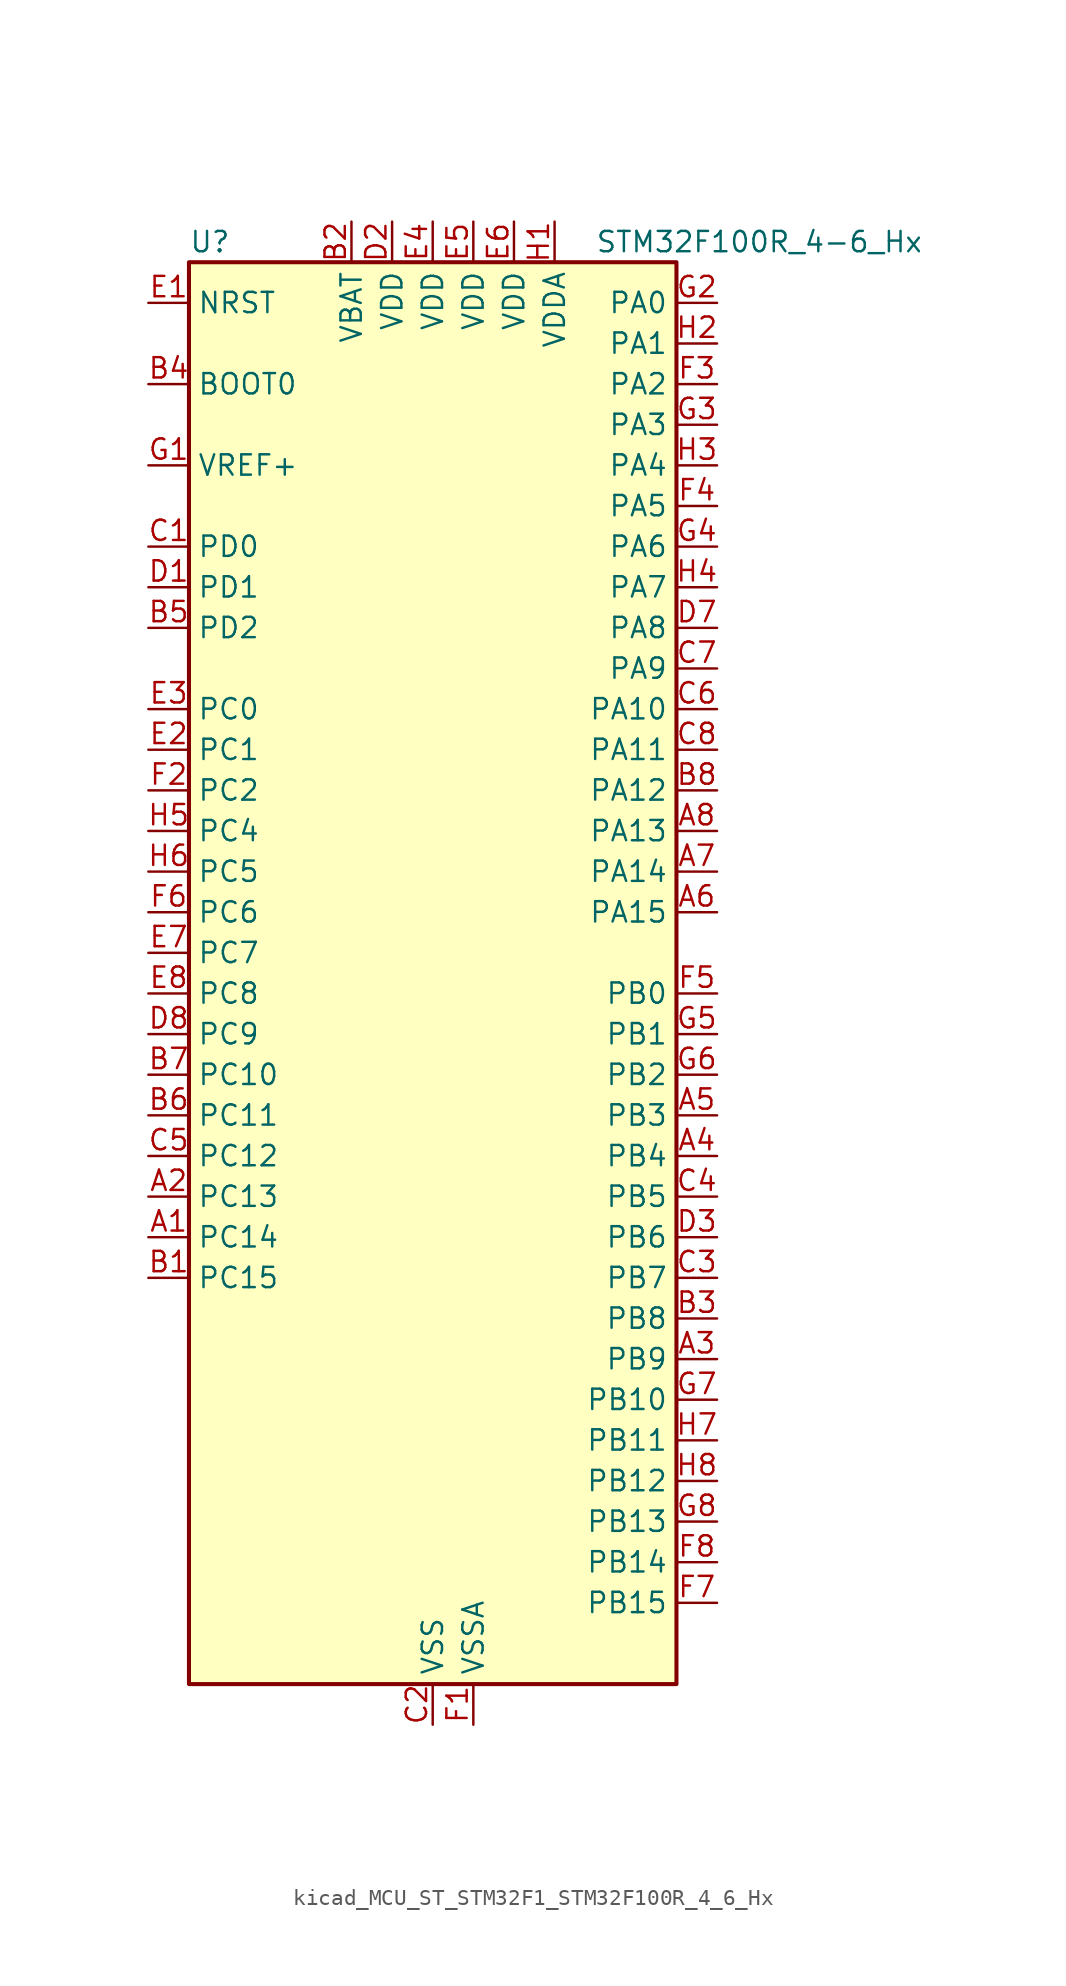
<source format=kicad_sym>
(kicad_symbol_lib
  (version 20220914)
  (generator kicad_symbol_editor)
  (symbol "kicad_MCU_ST_STM32F1_STM32F100R_4_6_Hx"
    (property "Reference" "U"
      (at -15.24 46.99 0)
      (effects (font (size 1.27 1.27)) (justify left)))
    (property "Value" "STM32F100R_4-6_Hx"
      (at 10.16 46.99 0)
      (effects (font (size 1.27 1.27)) (justify left)))
    (property "ki_locked" ""
      (at 0 0 0)
      (effects (font (size 1.27 1.27))))
    (symbol "kicad_MCU_ST_STM32F1_STM32F100R_4_6_Hx_0_1"
      (rectangle (start -15.24 -43.18) (end 15.24 45.72) (stroke (width 0.254) (type default)) (fill (type background))))
    (symbol "kicad_MCU_ST_STM32F1_STM32F100R_4_6_Hx_1_1"
      (pin bidirectional line (at -17.78 -15.24 0) (length 2.54) (name "PC14" (effects (font (size 1.27 1.27)))) (number "A1" (effects (font (size 1.27 1.27)))) (alternate "RCC_OSC32_IN" bidirectional line))
      (pin bidirectional line (at -17.78 -12.7 0) (length 2.54) (name "PC13" (effects (font (size 1.27 1.27)))) (number "A2" (effects (font (size 1.27 1.27)))) (alternate "RTC_OUT" bidirectional line) (alternate "RTC_TAMPER" bidirectional line))
      (pin bidirectional line (at 17.78 -22.86 180) (length 2.54) (name "PB9" (effects (font (size 1.27 1.27)))) (number "A3" (effects (font (size 1.27 1.27)))) (alternate "DAC_EXTI9" bidirectional line) (alternate "I2C1_SDA" bidirectional line) (alternate "TIM17_CH1" bidirectional line))
      (pin bidirectional line (at 17.78 -10.16 180) (length 2.54) (name "PB4" (effects (font (size 1.27 1.27)))) (number "A4" (effects (font (size 1.27 1.27)))) (alternate "SPI1_MISO" bidirectional line) (alternate "SYS_NJTRST" bidirectional line) (alternate "TIM3_CH1" bidirectional line))
      (pin bidirectional line (at 17.78 -7.62 180) (length 2.54) (name "PB3" (effects (font (size 1.27 1.27)))) (number "A5" (effects (font (size 1.27 1.27)))) (alternate "SPI1_SCK" bidirectional line) (alternate "SYS_JTDO-TRACESWO" bidirectional line) (alternate "TIM2_CH2" bidirectional line))
      (pin bidirectional line (at 17.78 5.08 180) (length 2.54) (name "PA15" (effects (font (size 1.27 1.27)))) (number "A6" (effects (font (size 1.27 1.27)))) (alternate "ADC1_EXTI15" bidirectional line) (alternate "SPI1_NSS" bidirectional line) (alternate "SYS_JTDI" bidirectional line) (alternate "TIM2_CH1" bidirectional line) (alternate "TIM2_ETR" bidirectional line))
      (pin bidirectional line (at 17.78 7.62 180) (length 2.54) (name "PA14" (effects (font (size 1.27 1.27)))) (number "A7" (effects (font (size 1.27 1.27)))) (alternate "SYS_JTCK-SWCLK" bidirectional line))
      (pin bidirectional line (at 17.78 10.16 180) (length 2.54) (name "PA13" (effects (font (size 1.27 1.27)))) (number "A8" (effects (font (size 1.27 1.27)))) (alternate "SYS_JTMS-SWDIO" bidirectional line))
      (pin bidirectional line (at -17.78 -17.78 0) (length 2.54) (name "PC15" (effects (font (size 1.27 1.27)))) (number "B1" (effects (font (size 1.27 1.27)))) (alternate "ADC1_EXTI15" bidirectional line) (alternate "RCC_OSC32_OUT" bidirectional line))
      (pin power_in line (at -5.08 48.26 270) (length 2.54) (name "VBAT" (effects (font (size 1.27 1.27)))) (number "B2" (effects (font (size 1.27 1.27)))))
      (pin bidirectional line (at 17.78 -20.32 180) (length 2.54) (name "PB8" (effects (font (size 1.27 1.27)))) (number "B3" (effects (font (size 1.27 1.27)))) (alternate "CEC" bidirectional line) (alternate "I2C1_SCL" bidirectional line) (alternate "TIM16_CH1" bidirectional line))
      (pin input line (at -17.78 38.1 0) (length 2.54) (name "BOOT0" (effects (font (size 1.27 1.27)))) (number "B4" (effects (font (size 1.27 1.27)))))
      (pin bidirectional line (at -17.78 22.86 0) (length 2.54) (name "PD2" (effects (font (size 1.27 1.27)))) (number "B5" (effects (font (size 1.27 1.27)))) (alternate "TIM3_ETR" bidirectional line))
      (pin bidirectional line (at -17.78 -7.62 0) (length 2.54) (name "PC11" (effects (font (size 1.27 1.27)))) (number "B6" (effects (font (size 1.27 1.27)))) (alternate "ADC1_EXTI11" bidirectional line))
      (pin bidirectional line (at -17.78 -5.08 0) (length 2.54) (name "PC10" (effects (font (size 1.27 1.27)))) (number "B7" (effects (font (size 1.27 1.27)))))
      (pin bidirectional line (at 17.78 12.7 180) (length 2.54) (name "PA12" (effects (font (size 1.27 1.27)))) (number "B8" (effects (font (size 1.27 1.27)))) (alternate "TIM1_ETR" bidirectional line) (alternate "USART1_RTS" bidirectional line))
      (pin bidirectional line (at -17.78 27.94 0) (length 2.54) (name "PD0" (effects (font (size 1.27 1.27)))) (number "C1" (effects (font (size 1.27 1.27)))) (alternate "RCC_OSC_IN" bidirectional line))
      (pin power_in line (at 0 -45.72 90) (length 2.54) (name "VSS" (effects (font (size 1.27 1.27)))) (number "C2" (effects (font (size 1.27 1.27)))))
      (pin bidirectional line (at 17.78 -17.78 180) (length 2.54) (name "PB7" (effects (font (size 1.27 1.27)))) (number "C3" (effects (font (size 1.27 1.27)))) (alternate "I2C1_SDA" bidirectional line) (alternate "TIM17_CH1N" bidirectional line) (alternate "USART1_RX" bidirectional line))
      (pin bidirectional line (at 17.78 -12.7 180) (length 2.54) (name "PB5" (effects (font (size 1.27 1.27)))) (number "C4" (effects (font (size 1.27 1.27)))) (alternate "I2C1_SMBA" bidirectional line) (alternate "SPI1_MOSI" bidirectional line) (alternate "TIM16_BKIN" bidirectional line) (alternate "TIM3_CH2" bidirectional line))
      (pin bidirectional line (at -17.78 -10.16 0) (length 2.54) (name "PC12" (effects (font (size 1.27 1.27)))) (number "C5" (effects (font (size 1.27 1.27)))))
      (pin bidirectional line (at 17.78 17.78 180) (length 2.54) (name "PA10" (effects (font (size 1.27 1.27)))) (number "C6" (effects (font (size 1.27 1.27)))) (alternate "TIM17_BKIN" bidirectional line) (alternate "TIM1_CH3" bidirectional line) (alternate "USART1_RX" bidirectional line))
      (pin bidirectional line (at 17.78 20.32 180) (length 2.54) (name "PA9" (effects (font (size 1.27 1.27)))) (number "C7" (effects (font (size 1.27 1.27)))) (alternate "DAC_EXTI9" bidirectional line) (alternate "TIM15_BKIN" bidirectional line) (alternate "TIM1_CH2" bidirectional line) (alternate "USART1_TX" bidirectional line))
      (pin bidirectional line (at 17.78 15.24 180) (length 2.54) (name "PA11" (effects (font (size 1.27 1.27)))) (number "C8" (effects (font (size 1.27 1.27)))) (alternate "ADC1_EXTI11" bidirectional line) (alternate "TIM1_CH4" bidirectional line) (alternate "USART1_CTS" bidirectional line))
      (pin bidirectional line (at -17.78 25.4 0) (length 2.54) (name "PD1" (effects (font (size 1.27 1.27)))) (number "D1" (effects (font (size 1.27 1.27)))) (alternate "RCC_OSC_OUT" bidirectional line))
      (pin power_in line (at -2.54 48.26 270) (length 2.54) (name "VDD" (effects (font (size 1.27 1.27)))) (number "D2" (effects (font (size 1.27 1.27)))))
      (pin bidirectional line (at 17.78 -15.24 180) (length 2.54) (name "PB6" (effects (font (size 1.27 1.27)))) (number "D3" (effects (font (size 1.27 1.27)))) (alternate "I2C1_SCL" bidirectional line) (alternate "TIM16_CH1N" bidirectional line) (alternate "USART1_TX" bidirectional line))
      (pin passive line (at 0 -45.72 90) (length 2.54) hide (name "VSS" (effects (font (size 1.27 1.27)))) (number "D4" (effects (font (size 1.27 1.27)))))
      (pin passive line (at 0 -45.72 90) (length 2.54) hide (name "VSS" (effects (font (size 1.27 1.27)))) (number "D5" (effects (font (size 1.27 1.27)))))
      (pin passive line (at 0 -45.72 90) (length 2.54) hide (name "VSS" (effects (font (size 1.27 1.27)))) (number "D6" (effects (font (size 1.27 1.27)))))
      (pin bidirectional line (at 17.78 22.86 180) (length 2.54) (name "PA8" (effects (font (size 1.27 1.27)))) (number "D7" (effects (font (size 1.27 1.27)))) (alternate "RCC_MCO" bidirectional line) (alternate "TIM1_CH1" bidirectional line) (alternate "USART1_CK" bidirectional line))
      (pin bidirectional line (at -17.78 -2.54 0) (length 2.54) (name "PC9" (effects (font (size 1.27 1.27)))) (number "D8" (effects (font (size 1.27 1.27)))) (alternate "DAC_EXTI9" bidirectional line) (alternate "TIM3_CH4" bidirectional line))
      (pin input line (at -17.78 43.18 0) (length 2.54) (name "NRST" (effects (font (size 1.27 1.27)))) (number "E1" (effects (font (size 1.27 1.27)))))
      (pin bidirectional line (at -17.78 15.24 0) (length 2.54) (name "PC1" (effects (font (size 1.27 1.27)))) (number "E2" (effects (font (size 1.27 1.27)))) (alternate "ADC1_IN11" bidirectional line))
      (pin bidirectional line (at -17.78 17.78 0) (length 2.54) (name "PC0" (effects (font (size 1.27 1.27)))) (number "E3" (effects (font (size 1.27 1.27)))) (alternate "ADC1_IN10" bidirectional line))
      (pin power_in line (at 0 48.26 270) (length 2.54) (name "VDD" (effects (font (size 1.27 1.27)))) (number "E4" (effects (font (size 1.27 1.27)))))
      (pin power_in line (at 2.54 48.26 270) (length 2.54) (name "VDD" (effects (font (size 1.27 1.27)))) (number "E5" (effects (font (size 1.27 1.27)))))
      (pin power_in line (at 5.08 48.26 270) (length 2.54) (name "VDD" (effects (font (size 1.27 1.27)))) (number "E6" (effects (font (size 1.27 1.27)))))
      (pin bidirectional line (at -17.78 2.54 0) (length 2.54) (name "PC7" (effects (font (size 1.27 1.27)))) (number "E7" (effects (font (size 1.27 1.27)))) (alternate "TIM3_CH2" bidirectional line))
      (pin bidirectional line (at -17.78 0 0) (length 2.54) (name "PC8" (effects (font (size 1.27 1.27)))) (number "E8" (effects (font (size 1.27 1.27)))) (alternate "TIM3_CH3" bidirectional line))
      (pin power_in line (at 2.54 -45.72 90) (length 2.54) (name "VSSA" (effects (font (size 1.27 1.27)))) (number "F1" (effects (font (size 1.27 1.27)))))
      (pin bidirectional line (at -17.78 12.7 0) (length 2.54) (name "PC2" (effects (font (size 1.27 1.27)))) (number "F2" (effects (font (size 1.27 1.27)))) (alternate "ADC1_IN12" bidirectional line))
      (pin bidirectional line (at 17.78 38.1 180) (length 2.54) (name "PA2" (effects (font (size 1.27 1.27)))) (number "F3" (effects (font (size 1.27 1.27)))) (alternate "ADC1_IN2" bidirectional line) (alternate "TIM15_CH1" bidirectional line) (alternate "TIM2_CH3" bidirectional line) (alternate "USART2_TX" bidirectional line))
      (pin bidirectional line (at 17.78 30.48 180) (length 2.54) (name "PA5" (effects (font (size 1.27 1.27)))) (number "F4" (effects (font (size 1.27 1.27)))) (alternate "ADC1_IN5" bidirectional line) (alternate "DAC_OUT2" bidirectional line) (alternate "SPI1_SCK" bidirectional line))
      (pin bidirectional line (at 17.78 0 180) (length 2.54) (name "PB0" (effects (font (size 1.27 1.27)))) (number "F5" (effects (font (size 1.27 1.27)))) (alternate "ADC1_IN8" bidirectional line) (alternate "TIM1_CH2N" bidirectional line) (alternate "TIM3_CH3" bidirectional line))
      (pin bidirectional line (at -17.78 5.08 0) (length 2.54) (name "PC6" (effects (font (size 1.27 1.27)))) (number "F6" (effects (font (size 1.27 1.27)))) (alternate "TIM3_CH1" bidirectional line))
      (pin bidirectional line (at 17.78 -38.1 180) (length 2.54) (name "PB15" (effects (font (size 1.27 1.27)))) (number "F7" (effects (font (size 1.27 1.27)))) (alternate "ADC1_EXTI15" bidirectional line) (alternate "TIM15_CH1N" bidirectional line) (alternate "TIM15_CH2" bidirectional line) (alternate "TIM1_CH3N" bidirectional line))
      (pin bidirectional line (at 17.78 -35.56 180) (length 2.54) (name "PB14" (effects (font (size 1.27 1.27)))) (number "F8" (effects (font (size 1.27 1.27)))) (alternate "TIM15_CH1" bidirectional line) (alternate "TIM1_CH2N" bidirectional line))
      (pin input line (at -17.78 33.02 0) (length 2.54) (name "VREF+" (effects (font (size 1.27 1.27)))) (number "G1" (effects (font (size 1.27 1.27)))))
      (pin bidirectional line (at 17.78 43.18 180) (length 2.54) (name "PA0" (effects (font (size 1.27 1.27)))) (number "G2" (effects (font (size 1.27 1.27)))) (alternate "ADC1_IN0" bidirectional line) (alternate "SYS_WKUP" bidirectional line) (alternate "TIM2_CH1" bidirectional line) (alternate "TIM2_ETR" bidirectional line) (alternate "USART2_CTS" bidirectional line))
      (pin bidirectional line (at 17.78 35.56 180) (length 2.54) (name "PA3" (effects (font (size 1.27 1.27)))) (number "G3" (effects (font (size 1.27 1.27)))) (alternate "ADC1_IN3" bidirectional line) (alternate "TIM15_CH2" bidirectional line) (alternate "TIM2_CH4" bidirectional line) (alternate "USART2_RX" bidirectional line))
      (pin bidirectional line (at 17.78 27.94 180) (length 2.54) (name "PA6" (effects (font (size 1.27 1.27)))) (number "G4" (effects (font (size 1.27 1.27)))) (alternate "ADC1_IN6" bidirectional line) (alternate "SPI1_MISO" bidirectional line) (alternate "TIM16_CH1" bidirectional line) (alternate "TIM1_BKIN" bidirectional line) (alternate "TIM3_CH1" bidirectional line))
      (pin bidirectional line (at 17.78 -2.54 180) (length 2.54) (name "PB1" (effects (font (size 1.27 1.27)))) (number "G5" (effects (font (size 1.27 1.27)))) (alternate "ADC1_IN9" bidirectional line) (alternate "TIM1_CH3N" bidirectional line) (alternate "TIM3_CH4" bidirectional line))
      (pin bidirectional line (at 17.78 -5.08 180) (length 2.54) (name "PB2" (effects (font (size 1.27 1.27)))) (number "G6" (effects (font (size 1.27 1.27)))))
      (pin bidirectional line (at 17.78 -25.4 180) (length 2.54) (name "PB10" (effects (font (size 1.27 1.27)))) (number "G7" (effects (font (size 1.27 1.27)))) (alternate "CEC" bidirectional line) (alternate "TIM2_CH3" bidirectional line))
      (pin bidirectional line (at 17.78 -33.02 180) (length 2.54) (name "PB13" (effects (font (size 1.27 1.27)))) (number "G8" (effects (font (size 1.27 1.27)))) (alternate "TIM1_CH1N" bidirectional line))
      (pin power_in line (at 7.62 48.26 270) (length 2.54) (name "VDDA" (effects (font (size 1.27 1.27)))) (number "H1" (effects (font (size 1.27 1.27)))))
      (pin bidirectional line (at 17.78 40.64 180) (length 2.54) (name "PA1" (effects (font (size 1.27 1.27)))) (number "H2" (effects (font (size 1.27 1.27)))) (alternate "ADC1_IN1" bidirectional line) (alternate "TIM2_CH2" bidirectional line) (alternate "USART2_RTS" bidirectional line))
      (pin bidirectional line (at 17.78 33.02 180) (length 2.54) (name "PA4" (effects (font (size 1.27 1.27)))) (number "H3" (effects (font (size 1.27 1.27)))) (alternate "ADC1_IN4" bidirectional line) (alternate "DAC_OUT1" bidirectional line) (alternate "SPI1_NSS" bidirectional line) (alternate "USART2_CK" bidirectional line))
      (pin bidirectional line (at 17.78 25.4 180) (length 2.54) (name "PA7" (effects (font (size 1.27 1.27)))) (number "H4" (effects (font (size 1.27 1.27)))) (alternate "ADC1_IN7" bidirectional line) (alternate "SPI1_MOSI" bidirectional line) (alternate "TIM17_CH1" bidirectional line) (alternate "TIM1_CH1N" bidirectional line) (alternate "TIM3_CH2" bidirectional line))
      (pin bidirectional line (at -17.78 10.16 0) (length 2.54) (name "PC4" (effects (font (size 1.27 1.27)))) (number "H5" (effects (font (size 1.27 1.27)))) (alternate "ADC1_IN14" bidirectional line))
      (pin bidirectional line (at -17.78 7.62 0) (length 2.54) (name "PC5" (effects (font (size 1.27 1.27)))) (number "H6" (effects (font (size 1.27 1.27)))) (alternate "ADC1_IN15" bidirectional line))
      (pin bidirectional line (at 17.78 -27.94 180) (length 2.54) (name "PB11" (effects (font (size 1.27 1.27)))) (number "H7" (effects (font (size 1.27 1.27)))) (alternate "ADC1_EXTI11" bidirectional line) (alternate "TIM2_CH4" bidirectional line))
      (pin bidirectional line (at 17.78 -30.48 180) (length 2.54) (name "PB12" (effects (font (size 1.27 1.27)))) (number "H8" (effects (font (size 1.27 1.27)))) (alternate "TIM1_BKIN" bidirectional line)))))
</source>
